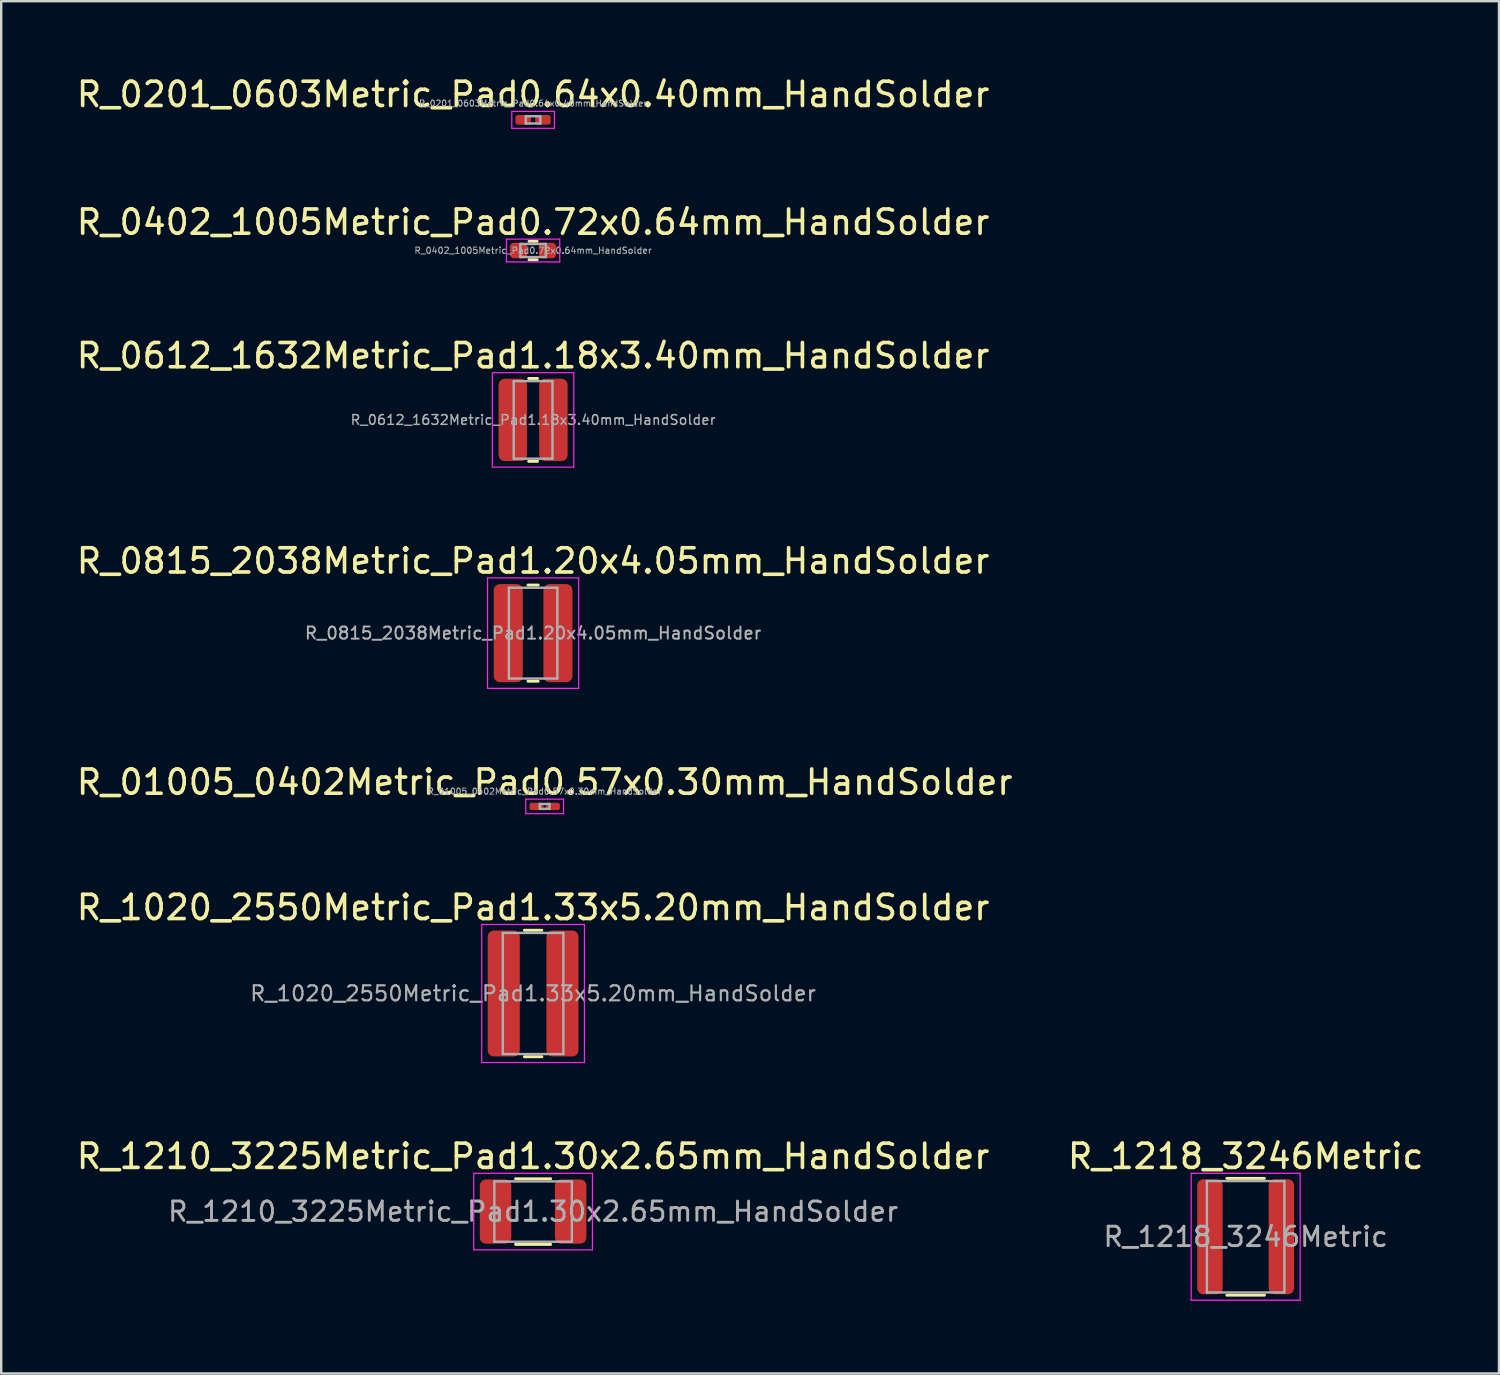
<source format=kicad_pcb>
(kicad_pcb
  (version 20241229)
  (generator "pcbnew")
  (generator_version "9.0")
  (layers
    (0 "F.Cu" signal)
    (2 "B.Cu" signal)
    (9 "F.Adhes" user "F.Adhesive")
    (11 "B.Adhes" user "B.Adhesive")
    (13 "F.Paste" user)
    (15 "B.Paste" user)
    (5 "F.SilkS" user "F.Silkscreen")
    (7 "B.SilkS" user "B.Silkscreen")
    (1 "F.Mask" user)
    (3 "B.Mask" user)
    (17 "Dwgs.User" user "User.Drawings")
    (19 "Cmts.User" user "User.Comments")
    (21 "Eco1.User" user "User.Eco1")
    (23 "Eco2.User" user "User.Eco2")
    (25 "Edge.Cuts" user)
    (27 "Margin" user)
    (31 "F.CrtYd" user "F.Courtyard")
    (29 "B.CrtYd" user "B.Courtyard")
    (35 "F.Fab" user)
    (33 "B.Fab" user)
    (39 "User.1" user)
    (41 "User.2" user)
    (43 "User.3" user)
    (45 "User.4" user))
  (footprint "R_1020_2550Metric_Pad1.33x5.20mm_HandSolder"
    (layer "F.Cu")
    (at 18.958 37.965)
    (property "Reference" "R_1020_2550Metric_Pad1.33x5.20mm_HandSolder" (at 0 -3.55 0) (layer "F.SilkS") (effects (font (size 1 1) (thickness 0.15))))
    (attr smd)
    (fp_line (start -0.361 -2.61) (end 0.361 -2.61) (stroke (width 0.12) (type solid)) (layer "F.SilkS"))
    (fp_line (start -0.361 2.61) (end 0.361 2.61) (stroke (width 0.12) (type solid)) (layer "F.SilkS"))
    (fp_line (start -2.12 -2.85) (end 2.12 -2.85) (stroke (width 0.05) (type solid)) (layer "F.CrtYd"))
    (fp_line (start -2.12 2.85) (end -2.12 -2.85) (stroke (width 0.05) (type solid)) (layer "F.CrtYd"))
    (fp_line (start 2.12 -2.85) (end 2.12 2.85) (stroke (width 0.05) (type solid)) (layer "F.CrtYd"))
    (fp_line (start 2.12 2.85) (end -2.12 2.85) (stroke (width 0.05) (type solid)) (layer "F.CrtYd"))
    (fp_line (start -1.25 -2.5) (end 1.25 -2.5) (stroke (width 0.1) (type solid)) (layer "F.Fab"))
    (fp_line (start -1.25 2.5) (end -1.25 -2.5) (stroke (width 0.1) (type solid)) (layer "F.Fab"))
    (fp_line (start 1.25 -2.5) (end 1.25 2.5) (stroke (width 0.1) (type solid)) (layer "F.Fab"))
    (fp_line (start 1.25 2.5) (end -1.25 2.5) (stroke (width 0.1) (type solid)) (layer "F.Fab"))
    (fp_text user "${REFERENCE}" (at 0 0 0) (layer "F.Fab") (effects (font (size 0.62 0.62) (thickness 0.09))))
    (pad "1" smd roundrect (at -1.212 0) (size 1.325 5.2) (layers "F.Cu" "F.Mask" "F.Paste") (roundrect_rratio 0.189))
    (pad "2" smd roundrect (at 1.212 0) (size 1.325 5.2) (layers "F.Cu" "F.Mask" "F.Paste") (roundrect_rratio 0.189)))
  (footprint "R_1210_3225Metric_Pad1.30x2.65mm_HandSolder"
    (layer "F.Cu")
    (at 18.958 46.968)
    (property "Reference" "R_1210_3225Metric_Pad1.30x2.65mm_HandSolder" (at 0 -2.28 0) (layer "F.SilkS") (effects (font (size 1 1) (thickness 0.15))))
    (attr smd)
    (fp_line (start -0.724 -1.355) (end 0.724 -1.355) (stroke (width 0.12) (type solid)) (layer "F.SilkS"))
    (fp_line (start -0.724 1.355) (end 0.724 1.355) (stroke (width 0.12) (type solid)) (layer "F.SilkS"))
    (fp_line (start -2.45 -1.58) (end 2.45 -1.58) (stroke (width 0.05) (type solid)) (layer "F.CrtYd"))
    (fp_line (start -2.45 1.58) (end -2.45 -1.58) (stroke (width 0.05) (type solid)) (layer "F.CrtYd"))
    (fp_line (start 2.45 -1.58) (end 2.45 1.58) (stroke (width 0.05) (type solid)) (layer "F.CrtYd"))
    (fp_line (start 2.45 1.58) (end -2.45 1.58) (stroke (width 0.05) (type solid)) (layer "F.CrtYd"))
    (fp_line (start -1.6 -1.245) (end 1.6 -1.245) (stroke (width 0.1) (type solid)) (layer "F.Fab"))
    (fp_line (start -1.6 1.245) (end -1.6 -1.245) (stroke (width 0.1) (type solid)) (layer "F.Fab"))
    (fp_line (start 1.6 -1.245) (end 1.6 1.245) (stroke (width 0.1) (type solid)) (layer "F.Fab"))
    (fp_line (start 1.6 1.245) (end -1.6 1.245) (stroke (width 0.1) (type solid)) (layer "F.Fab"))
    (fp_text user "${REFERENCE}" (at 0 0 0) (layer "F.Fab") (effects (font (size 0.8 0.8) (thickness 0.12))))
    (pad "1" smd roundrect (at -1.55 0) (size 1.3 2.65) (layers "F.Cu" "F.Mask" "F.Paste") (roundrect_rratio 0.192))
    (pad "2" smd roundrect (at 1.55 0) (size 1.3 2.65) (layers "F.Cu" "F.Mask" "F.Paste") (roundrect_rratio 0.192)))
  (footprint "R_0815_2038Metric_Pad1.20x4.05mm_HandSolder"
    (layer "F.Cu")
    (at 18.958 23.088)
    (property "Reference" "R_0815_2038Metric_Pad1.20x4.05mm_HandSolder" (at 0 -2.98 0) (layer "F.SilkS") (effects (font (size 1 1) (thickness 0.15))))
    (attr smd)
    (fp_line (start -0.21 -1.985) (end 0.21 -1.985) (stroke (width 0.12) (type solid)) (layer "F.SilkS"))
    (fp_line (start -0.21 1.985) (end 0.21 1.985) (stroke (width 0.12) (type solid)) (layer "F.SilkS"))
    (fp_line (start -1.88 -2.28) (end 1.88 -2.28) (stroke (width 0.05) (type solid)) (layer "F.CrtYd"))
    (fp_line (start -1.88 2.28) (end -1.88 -2.28) (stroke (width 0.05) (type solid)) (layer "F.CrtYd"))
    (fp_line (start 1.88 -2.28) (end 1.88 2.28) (stroke (width 0.05) (type solid)) (layer "F.CrtYd"))
    (fp_line (start 1.88 2.28) (end -1.88 2.28) (stroke (width 0.05) (type solid)) (layer "F.CrtYd"))
    (fp_line (start -1 -1.875) (end 1 -1.875) (stroke (width 0.1) (type solid)) (layer "F.Fab"))
    (fp_line (start -1 1.875) (end -1 -1.875) (stroke (width 0.1) (type solid)) (layer "F.Fab"))
    (fp_line (start 1 -1.875) (end 1 1.875) (stroke (width 0.1) (type solid)) (layer "F.Fab"))
    (fp_line (start 1 1.875) (end -1 1.875) (stroke (width 0.1) (type solid)) (layer "F.Fab"))
    (fp_text user "${REFERENCE}" (at 0 0 0) (layer "F.Fab") (effects (font (size 0.5 0.5) (thickness 0.08))))
    (pad "1" smd roundrect (at -1.025 0) (size 1.2 4.05) (layers "F.Cu" "F.Mask" "F.Paste") (roundrect_rratio 0.208))
    (pad "2" smd roundrect (at 1.025 0) (size 1.2 4.05) (layers "F.Cu" "F.Mask" "F.Paste") (roundrect_rratio 0.208)))
  (footprint "R_01005_0402Metric_Pad0.57x0.30mm_HandSolder"
    (layer "F.Cu")
    (at 19.435 30.241)
    (property "Reference" "R_01005_0402Metric_Pad0.57x0.30mm_HandSolder" (at 0 -1 0) (layer "F.SilkS") (effects (font (size 1 1) (thickness 0.15))))
    (attr smd)
    (fp_line (start -0.78 -0.3) (end 0.78 -0.3) (stroke (width 0.05) (type solid)) (layer "F.CrtYd"))
    (fp_line (start -0.78 0.3) (end -0.78 -0.3) (stroke (width 0.05) (type solid)) (layer "F.CrtYd"))
    (fp_line (start 0.78 -0.3) (end 0.78 0.3) (stroke (width 0.05) (type solid)) (layer "F.CrtYd"))
    (fp_line (start 0.78 0.3) (end -0.78 0.3) (stroke (width 0.05) (type solid)) (layer "F.CrtYd"))
    (fp_line (start -0.2 -0.1) (end 0.2 -0.1) (stroke (width 0.1) (type solid)) (layer "F.Fab"))
    (fp_line (start -0.2 0.1) (end -0.2 -0.1) (stroke (width 0.1) (type solid)) (layer "F.Fab"))
    (fp_line (start 0.2 -0.1) (end 0.2 0.1) (stroke (width 0.1) (type solid)) (layer "F.Fab"))
    (fp_line (start 0.2 0.1) (end -0.2 0.1) (stroke (width 0.1) (type solid)) (layer "F.Fab"))
    (fp_text user "${REFERENCE}" (at 0 -0.62 0) (layer "F.Fab") (effects (font (size 0.25 0.25) (thickness 0.04))))
    (pad "" smd roundrect (at -0.362 0) (size 0.41 0.27) (layers "F.Paste") (roundrect_rratio 0.25))
    (pad "" smd roundrect (at 0.362 0) (size 0.41 0.27) (layers "F.Paste") (roundrect_rratio 0.25))
    (pad "1" smd roundrect (at -0.338 0) (size 0.575 0.3) (layers "F.Cu" "F.Mask") (roundrect_rratio 0.25))
    (pad "2" smd roundrect (at 0.338 0) (size 0.575 0.3) (layers "F.Cu" "F.Mask") (roundrect_rratio 0.25)))
  (footprint "R_1218_3246Metric"
    (layer "F.Cu")
    (at 48.375 48.008)
    (property "Reference" "R_1218_3246Metric" (at 0 -3.32 0) (layer "F.SilkS") (effects (font (size 1 1) (thickness 0.15))))
    (attr smd)
    (fp_line (start -0.777 -2.41) (end 0.777 -2.41) (stroke (width 0.12) (type solid)) (layer "F.SilkS"))
    (fp_line (start -0.777 2.41) (end 0.777 2.41) (stroke (width 0.12) (type solid)) (layer "F.SilkS"))
    (fp_line (start -2.25 -2.62) (end 2.25 -2.62) (stroke (width 0.05) (type solid)) (layer "F.CrtYd"))
    (fp_line (start -2.25 2.62) (end -2.25 -2.62) (stroke (width 0.05) (type solid)) (layer "F.CrtYd"))
    (fp_line (start 2.25 -2.62) (end 2.25 2.62) (stroke (width 0.05) (type solid)) (layer "F.CrtYd"))
    (fp_line (start 2.25 2.62) (end -2.25 2.62) (stroke (width 0.05) (type solid)) (layer "F.CrtYd"))
    (fp_line (start -1.6 -2.3) (end 1.6 -2.3) (stroke (width 0.1) (type solid)) (layer "F.Fab"))
    (fp_line (start -1.6 2.3) (end -1.6 -2.3) (stroke (width 0.1) (type solid)) (layer "F.Fab"))
    (fp_line (start 1.6 -2.3) (end 1.6 2.3) (stroke (width 0.1) (type solid)) (layer "F.Fab"))
    (fp_line (start 1.6 2.3) (end -1.6 2.3) (stroke (width 0.1) (type solid)) (layer "F.Fab"))
    (fp_text user "${REFERENCE}" (at 0 0 0) (layer "F.Fab") (effects (font (size 0.8 0.8) (thickness 0.12))))
    (pad "1" smd roundrect (at -1.475 0) (size 1.05 4.75) (layers "F.Cu" "F.Mask" "F.Paste") (roundrect_rratio 0.238))
    (pad "2" smd roundrect (at 1.475 0) (size 1.05 4.75) (layers "F.Cu" "F.Mask" "F.Paste") (roundrect_rratio 0.238)))
  (footprint "R_0201_0603Metric_Pad0.64x0.40mm_HandSolder"
    (layer "F.Cu")
    (at 18.958 1.898)
    (property "Reference" "R_0201_0603Metric_Pad0.64x0.40mm_HandSolder" (at 0 -1.05 0) (layer "F.SilkS") (effects (font (size 1 1) (thickness 0.15))))
    (attr smd)
    (fp_line (start -0.88 -0.35) (end 0.88 -0.35) (stroke (width 0.05) (type solid)) (layer "F.CrtYd"))
    (fp_line (start -0.88 0.35) (end -0.88 -0.35) (stroke (width 0.05) (type solid)) (layer "F.CrtYd"))
    (fp_line (start 0.88 -0.35) (end 0.88 0.35) (stroke (width 0.05) (type solid)) (layer "F.CrtYd"))
    (fp_line (start 0.88 0.35) (end -0.88 0.35) (stroke (width 0.05) (type solid)) (layer "F.CrtYd"))
    (fp_line (start -0.3 -0.15) (end 0.3 -0.15) (stroke (width 0.1) (type solid)) (layer "F.Fab"))
    (fp_line (start -0.3 0.15) (end -0.3 -0.15) (stroke (width 0.1) (type solid)) (layer "F.Fab"))
    (fp_line (start 0.3 -0.15) (end 0.3 0.15) (stroke (width 0.1) (type solid)) (layer "F.Fab"))
    (fp_line (start 0.3 0.15) (end -0.3 0.15) (stroke (width 0.1) (type solid)) (layer "F.Fab"))
    (fp_text user "${REFERENCE}" (at 0 -0.68 0) (layer "F.Fab") (effects (font (size 0.25 0.25) (thickness 0.04))))
    (pad "" smd roundrect (at -0.432 0) (size 0.458 0.36) (layers "F.Paste") (roundrect_rratio 0.25))
    (pad "" smd roundrect (at 0.432 0) (size 0.458 0.36) (layers "F.Paste") (roundrect_rratio 0.25))
    (pad "1" smd roundrect (at -0.407 0) (size 0.635 0.4) (layers "F.Cu" "F.Mask") (roundrect_rratio 0.25))
    (pad "2" smd roundrect (at 0.407 0) (size 0.635 0.4) (layers "F.Cu" "F.Mask") (roundrect_rratio 0.25)))
  (footprint "R_0402_1005Metric_Pad0.72x0.64mm_HandSolder"
    (layer "F.Cu")
    (at 18.958 7.292)
    (property "Reference" "R_0402_1005Metric_Pad0.72x0.64mm_HandSolder" (at 0 -1.17 0) (layer "F.SilkS") (effects (font (size 1 1) (thickness 0.15))))
    (attr smd)
    (fp_line (start -0.168 -0.38) (end 0.168 -0.38) (stroke (width 0.12) (type solid)) (layer "F.SilkS"))
    (fp_line (start -0.168 0.38) (end 0.168 0.38) (stroke (width 0.12) (type solid)) (layer "F.SilkS"))
    (fp_line (start -1.1 -0.47) (end 1.1 -0.47) (stroke (width 0.05) (type solid)) (layer "F.CrtYd"))
    (fp_line (start -1.1 0.47) (end -1.1 -0.47) (stroke (width 0.05) (type solid)) (layer "F.CrtYd"))
    (fp_line (start 1.1 -0.47) (end 1.1 0.47) (stroke (width 0.05) (type solid)) (layer "F.CrtYd"))
    (fp_line (start 1.1 0.47) (end -1.1 0.47) (stroke (width 0.05) (type solid)) (layer "F.CrtYd"))
    (fp_line (start -0.525 -0.27) (end 0.525 -0.27) (stroke (width 0.1) (type solid)) (layer "F.Fab"))
    (fp_line (start -0.525 0.27) (end -0.525 -0.27) (stroke (width 0.1) (type solid)) (layer "F.Fab"))
    (fp_line (start 0.525 -0.27) (end 0.525 0.27) (stroke (width 0.1) (type solid)) (layer "F.Fab"))
    (fp_line (start 0.525 0.27) (end -0.525 0.27) (stroke (width 0.1) (type solid)) (layer "F.Fab"))
    (fp_text user "${REFERENCE}" (at 0 0 0) (layer "F.Fab") (effects (font (size 0.26 0.26) (thickness 0.04))))
    (pad "1" smd roundrect (at -0.598 0) (size 0.715 0.64) (layers "F.Cu" "F.Mask" "F.Paste") (roundrect_rratio 0.25))
    (pad "2" smd roundrect (at 0.598 0) (size 0.715 0.64) (layers "F.Cu" "F.Mask" "F.Paste") (roundrect_rratio 0.25)))
  (footprint "R_0612_1632Metric_Pad1.18x3.40mm_HandSolder"
    (layer "F.Cu")
    (at 18.958 14.285)
    (property "Reference" "R_0612_1632Metric_Pad1.18x3.40mm_HandSolder" (at 0 -2.65 0) (layer "F.SilkS") (effects (font (size 1 1) (thickness 0.15))))
    (attr smd)
    (fp_line (start -0.183 -1.71) (end 0.183 -1.71) (stroke (width 0.12) (type solid)) (layer "F.SilkS"))
    (fp_line (start -0.183 1.71) (end 0.183 1.71) (stroke (width 0.12) (type solid)) (layer "F.SilkS"))
    (fp_line (start -1.68 -1.95) (end 1.68 -1.95) (stroke (width 0.05) (type solid)) (layer "F.CrtYd"))
    (fp_line (start -1.68 1.95) (end -1.68 -1.95) (stroke (width 0.05) (type solid)) (layer "F.CrtYd"))
    (fp_line (start 1.68 -1.95) (end 1.68 1.95) (stroke (width 0.05) (type solid)) (layer "F.CrtYd"))
    (fp_line (start 1.68 1.95) (end -1.68 1.95) (stroke (width 0.05) (type solid)) (layer "F.CrtYd"))
    (fp_line (start -0.8 -1.6) (end 0.8 -1.6) (stroke (width 0.1) (type solid)) (layer "F.Fab"))
    (fp_line (start -0.8 1.6) (end -0.8 -1.6) (stroke (width 0.1) (type solid)) (layer "F.Fab"))
    (fp_line (start 0.8 -1.6) (end 0.8 1.6) (stroke (width 0.1) (type solid)) (layer "F.Fab"))
    (fp_line (start 0.8 1.6) (end -0.8 1.6) (stroke (width 0.1) (type solid)) (layer "F.Fab"))
    (fp_text user "${REFERENCE}" (at 0 0 0) (layer "F.Fab") (effects (font (size 0.4 0.4) (thickness 0.06))))
    (pad "1" smd roundrect (at -0.838 0) (size 1.175 3.4) (layers "F.Cu" "F.Mask" "F.Paste") (roundrect_rratio 0.213))
    (pad "2" smd roundrect (at 0.838 0) (size 1.175 3.4) (layers "F.Cu" "F.Mask" "F.Paste") (roundrect_rratio 0.213)))
  (gr_rect
    (start -3 -3)
    (end 58.833 53.653)
    (stroke (width 0.1) (type default))
    (fill no)
    (layer "Edge.Cuts")))
</source>
